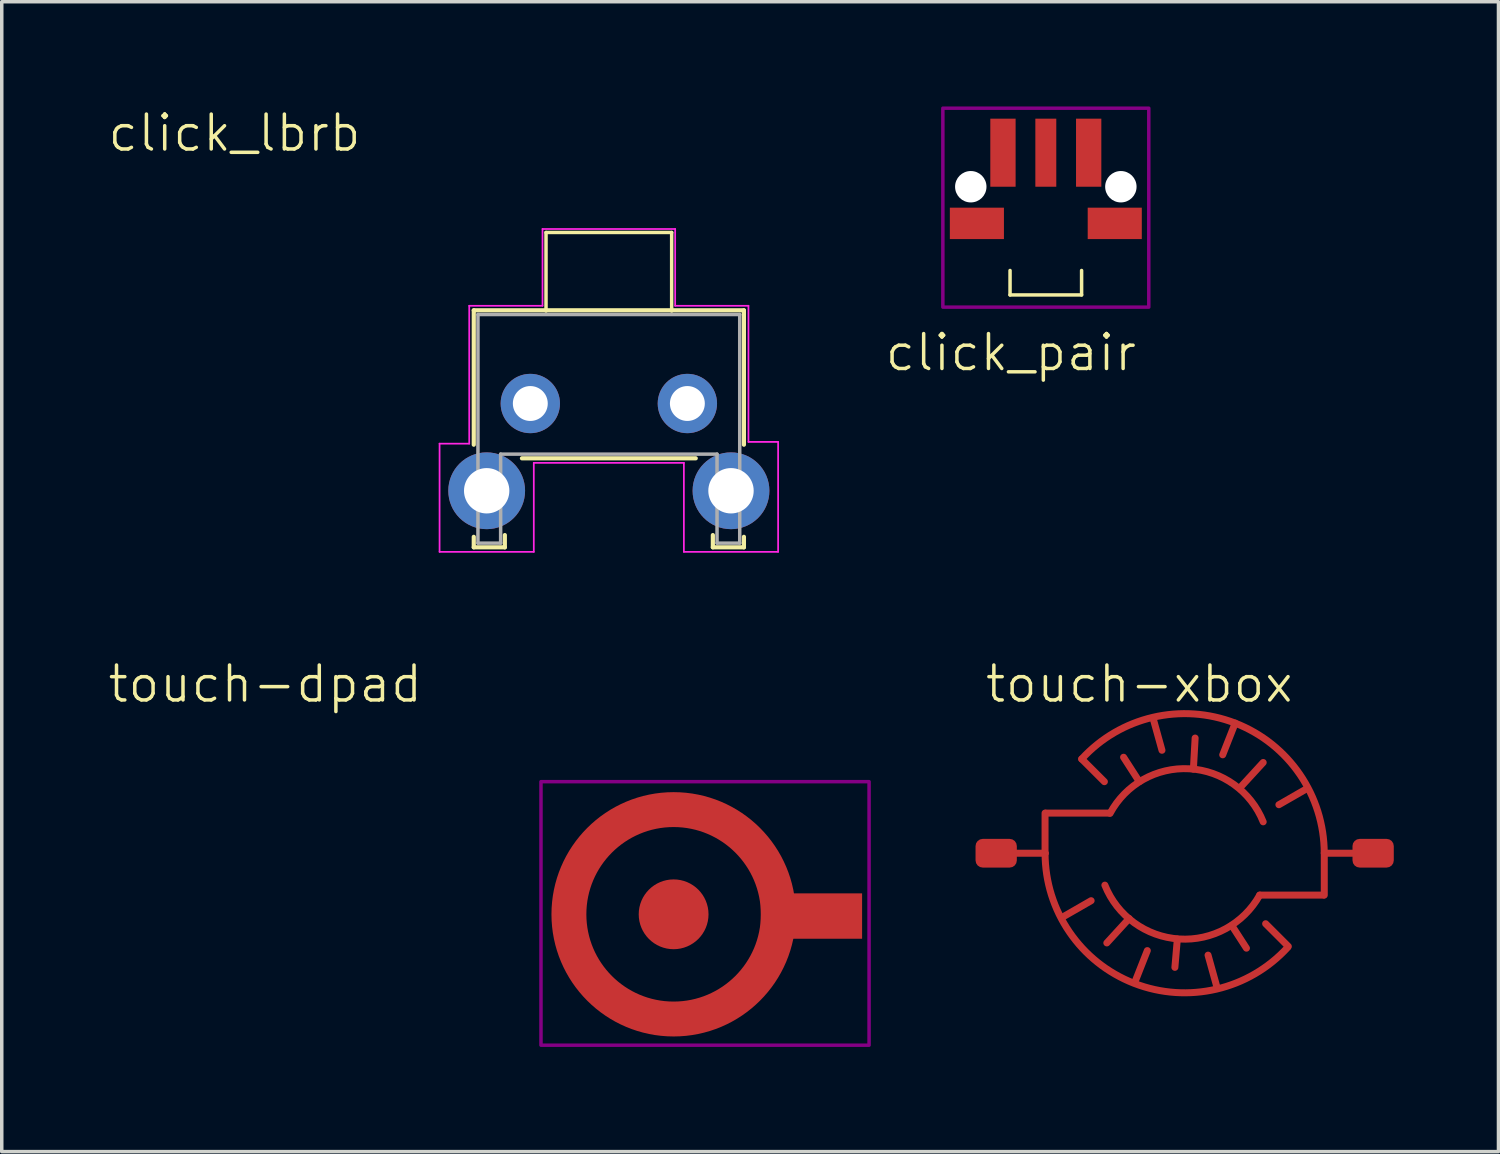
<source format=kicad_pcb>
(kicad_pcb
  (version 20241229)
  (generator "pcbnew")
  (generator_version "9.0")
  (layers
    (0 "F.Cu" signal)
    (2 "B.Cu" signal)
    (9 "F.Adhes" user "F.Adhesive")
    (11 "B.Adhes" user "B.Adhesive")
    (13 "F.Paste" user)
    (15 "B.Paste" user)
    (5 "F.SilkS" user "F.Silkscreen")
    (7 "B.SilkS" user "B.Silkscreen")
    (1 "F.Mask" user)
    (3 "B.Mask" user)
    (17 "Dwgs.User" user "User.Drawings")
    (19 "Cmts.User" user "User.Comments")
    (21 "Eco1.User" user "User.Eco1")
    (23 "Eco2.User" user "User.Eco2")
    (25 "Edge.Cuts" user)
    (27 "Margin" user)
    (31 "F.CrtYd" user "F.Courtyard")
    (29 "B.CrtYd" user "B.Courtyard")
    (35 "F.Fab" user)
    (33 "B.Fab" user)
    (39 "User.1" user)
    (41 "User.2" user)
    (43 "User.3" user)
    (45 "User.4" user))
  (footprint "touch-dpad"
    (layer "F.Cu")
    (at 16.25 23.146)
    (property "Reference" "touch-dpad" (at -11.7 -6.6 0) (unlocked yes) (layer "F.SilkS") (effects (font (size 1 1) (thickness 0.1))))
    (attr smd)
    (fp_circle (center 0 0) (end 3 0) (stroke (width 1) (type solid)) (fill no) (layer "F.Cu"))
    (fp_rect (start -3.8 -3.8) (end 5.6 3.75) (stroke (width 0.1) (type default)) (fill no) (layer "F.Adhes"))
    (pad "1" smd rect (at 3.95 0.05) (size 2.9 1.3) (layers "F.Cu" "F.Mask" "F.Paste"))
    (pad "2" smd circle (at 0 0) (size 2 2) (layers "F.Cu" "F.Mask" "F.Paste")))
  (footprint "touch-xbox"
    (layer "F.Cu")
    (at 30.892 21.396)
    (property "Reference" "touch-xbox" (at -1.3 -4.85 0) (unlocked yes) (layer "F.SilkS") (effects (font (size 1 1) (thickness 0.1))))
    (attr smd)
    (fp_line (start -4.809 0) (end -4 -0.000001) (stroke (width 0.2) (type default)) (layer "F.Cu"))
    (fp_line (start -4 -0.000001) (end -4 -1.15) (stroke (width 0.2) (type default)) (layer "F.Cu"))
    (fp_line (start -4 -0.000001) (end -3.999 0) (stroke (width 0.2) (type default)) (layer "F.Cu"))
    (fp_line (start -3.975 -1.15) (end -2.15 -1.15) (stroke (width 0.2) (type default)) (layer "F.Cu"))
    (fp_line (start -3.48 1.82) (end -2.68 1.36) (stroke (width 0.2) (type default)) (layer "F.Cu"))
    (fp_line (start -2.95 -2.7) (end -2.3 -2.05) (stroke (width 0.2) (type default)) (layer "F.Cu"))
    (fp_line (start -1.59 1.87) (end -2.23 2.57) (stroke (width 0.2) (type default)) (layer "F.Cu"))
    (fp_line (start -1.428 3.698) (end -1.07 2.79) (stroke (width 0.2) (type default)) (layer "F.Cu"))
    (fp_line (start -1.3 -2.05) (end -1.75 -2.75) (stroke (width 0.2) (type default)) (layer "F.Cu"))
    (fp_line (start -0.9 -3.85) (end -0.65 -2.95) (stroke (width 0.2) (type default)) (layer "F.Cu"))
    (fp_line (start -0.21 2.46) (end -0.28 3.27) (stroke (width 0.2) (type default)) (layer "F.Cu"))
    (fp_line (start 0.25 -2.41) (end 0.3 -3.3) (stroke (width 0.2) (type default)) (layer "F.Cu"))
    (fp_line (start 0.92 3.82) (end 0.67 2.92) (stroke (width 0.2) (type default)) (layer "F.Cu"))
    (fp_line (start 1.35 2.07) (end 1.77 2.72) (stroke (width 0.2) (type default)) (layer "F.Cu"))
    (fp_line (start 1.448 -3.728) (end 1.09 -2.82) (stroke (width 0.2) (type default)) (layer "F.Cu"))
    (fp_line (start 1.58 -1.87) (end 2.25 -2.6) (stroke (width 0.2) (type default)) (layer "F.Cu"))
    (fp_line (start 2.97 2.67) (end 2.32 2.02) (stroke (width 0.2) (type default)) (layer "F.Cu"))
    (fp_line (start 3.5 -1.85) (end 2.7 -1.39) (stroke (width 0.2) (type default)) (layer "F.Cu"))
    (fp_line (start 3.975 1.2) (end 2.15 1.2) (stroke (width 0.2) (type default)) (layer "F.Cu"))
    (fp_line (start 3.999 0) (end 4.809 0) (stroke (width 0.2) (type default)) (layer "F.Cu"))
    (fp_line (start 4 0.05) (end 4 1.2) (stroke (width 0.2) (type default)) (layer "F.Cu"))
    (fp_arc (start -2.95 -2.7) (mid 1.448321 -3.727582) (end 3.999062 0) (stroke (width 0.2) (type default)) (layer "F.Cu"))
    (fp_arc (start -2.13685 -1.142966) (mid 0.134011 -2.419616) (end 2.25 -0.9) (stroke (width 0.2) (type default)) (layer "F.Cu"))
    (fp_arc (start 2.149999 1.199999) (mid -0.158167 2.457128) (end -2.286107 0.914443) (stroke (width 0.2) (type default)) (layer "F.Cu"))
    (fp_arc (start 2.95 2.7) (mid -1.448321 3.727582) (end -3.999062 0) (stroke (width 0.2) (type default)) (layer "F.Cu"))
    (pad "1" smd roundrect (at -5.4 0) (size 1.183 0.822) (layers "F.Cu" "F.Mask" "F.Paste") (roundrect_rratio 0.25))
    (pad "2" smd roundrect (at 5.4 0) (size 1.183 0.822) (layers "F.Cu" "F.Mask" "F.Paste") (roundrect_rratio 0.25)))
  (footprint "click_lbrb"
    (layer "F.Cu")
    (at 14.394 8.611)
    (property "Reference" "click_lbrb" (at -10.725 -7.85 0) (unlocked yes) (layer "F.SilkS") (effects (font (size 1 1) (thickness 0.1))))
    (attr through_hole)
    (fp_line (start -3.87 -2.77) (end -3.87 1.08) (stroke (width 0.12) (type solid)) (layer "F.SilkS"))
    (fp_line (start -3.87 3.72) (end -3.87 4.02) (stroke (width 0.12) (type solid)) (layer "F.SilkS"))
    (fp_line (start -2.98 4.02) (end -3.87 4.02) (stroke (width 0.12) (type solid)) (layer "F.SilkS"))
    (fp_line (start -2.98 4.02) (end -2.98 3.67) (stroke (width 0.12) (type solid)) (layer "F.SilkS"))
    (fp_line (start -2.49 1.47) (end 2.49 1.47) (stroke (width 0.12) (type solid)) (layer "F.SilkS"))
    (fp_line (start -1.8 -5) (end -1.8 -2.75) (stroke (width 0.1) (type default)) (layer "F.SilkS"))
    (fp_line (start -1.8 -5) (end 1.8 -5) (stroke (width 0.1) (type default)) (layer "F.SilkS"))
    (fp_line (start 1.8 -5) (end 1.8 -2.75) (stroke (width 0.1) (type default)) (layer "F.SilkS"))
    (fp_line (start 2.98 4.02) (end 2.98 3.67) (stroke (width 0.12) (type solid)) (layer "F.SilkS"))
    (fp_line (start 3.87 -2.77) (end -3.87 -2.77) (stroke (width 0.12) (type solid)) (layer "F.SilkS"))
    (fp_line (start 3.87 1.08) (end 3.87 -2.77) (stroke (width 0.12) (type solid)) (layer "F.SilkS"))
    (fp_line (start 3.87 3.72) (end 3.87 4.02) (stroke (width 0.12) (type solid)) (layer "F.SilkS"))
    (fp_line (start 3.87 4.02) (end 2.98 4.02) (stroke (width 0.12) (type solid)) (layer "F.SilkS"))
    (fp_line (start -4.85 1.05) (end -4 1.05) (stroke (width 0.05) (type solid)) (layer "F.CrtYd"))
    (fp_line (start -4.85 4.15) (end -4.85 1.05) (stroke (width 0.05) (type solid)) (layer "F.CrtYd"))
    (fp_line (start -4 1.05) (end -4 -2.9) (stroke (width 0.05) (type solid)) (layer "F.CrtYd"))
    (fp_line (start -2.15 1.6) (end 2.15 1.6) (stroke (width 0.05) (type solid)) (layer "F.CrtYd"))
    (fp_line (start -2.15 4.15) (end -4.85 4.15) (stroke (width 0.05) (type solid)) (layer "F.CrtYd"))
    (fp_line (start -2.15 4.15) (end -2.15 1.6) (stroke (width 0.05) (type solid)) (layer "F.CrtYd"))
    (fp_line (start -1.9 -5.1) (end -1.9 -2.9) (stroke (width 0.05) (type solid)) (layer "F.CrtYd"))
    (fp_line (start -1.9 -2.9) (end -4 -2.9) (stroke (width 0.05) (type solid)) (layer "F.CrtYd"))
    (fp_line (start 1.9 -5.1) (end -1.9 -5.1) (stroke (width 0.05) (type solid)) (layer "F.CrtYd"))
    (fp_line (start 1.9 -2.9) (end 1.9 -5.1) (stroke (width 0.05) (type solid)) (layer "F.CrtYd"))
    (fp_line (start 2.15 1.6) (end 2.15 4.15) (stroke (width 0.05) (type solid)) (layer "F.CrtYd"))
    (fp_line (start 2.15 4.15) (end 4.85 4.15) (stroke (width 0.05) (type solid)) (layer "F.CrtYd"))
    (fp_line (start 4 -2.9) (end 1.9 -2.9) (stroke (width 0.05) (type solid)) (layer "F.CrtYd"))
    (fp_line (start 4 1) (end 4 -2.9) (stroke (width 0.05) (type solid)) (layer "F.CrtYd"))
    (fp_line (start 4.85 1) (end 4 1) (stroke (width 0.05) (type solid)) (layer "F.CrtYd"))
    (fp_line (start 4.85 4.15) (end 4.85 1) (stroke (width 0.05) (type solid)) (layer "F.CrtYd"))
    (fp_line (start -3.75 3.9) (end -3.75 -2.65) (stroke (width 0.1) (type solid)) (layer "F.Fab"))
    (fp_line (start -3.1 1.35) (end -3.1 3.9) (stroke (width 0.1) (type solid)) (layer "F.Fab"))
    (fp_line (start -3.1 3.9) (end -3.75 3.9) (stroke (width 0.1) (type solid)) (layer "F.Fab"))
    (fp_line (start 3.1 1.35) (end -3.1 1.35) (stroke (width 0.1) (type solid)) (layer "F.Fab"))
    (fp_line (start 3.1 1.35) (end 3.1 3.9) (stroke (width 0.1) (type solid)) (layer "F.Fab"))
    (fp_line (start 3.75 -2.65) (end -3.75 -2.65) (stroke (width 0.1) (type solid)) (layer "F.Fab"))
    (fp_line (start 3.75 -2.65) (end 3.75 3.9) (stroke (width 0.1) (type solid)) (layer "F.Fab"))
    (fp_line (start 3.75 3.9) (end 3.1 3.9) (stroke (width 0.1) (type solid)) (layer "F.Fab"))
    (pad "" thru_hole circle (at -3.5 2.4 180) (size 2.2 2.2) (drill 1.3) (layers "*.Cu" "*.Mask"))
    (pad "" thru_hole circle (at 3.5 2.4 180) (size 2.2 2.2) (drill 1.3) (layers "*.Cu" "*.Mask"))
    (pad "1" thru_hole circle (at -2.25 -0.1 180) (size 1.7 1.7) (drill 1) (layers "*.Cu" "*.Mask"))
    (pad "2" thru_hole circle (at 2.25 -0.1 180) (size 1.7 1.7) (drill 1) (layers "*.Cu" "*.Mask")))
  (footprint "click_pair"
    (layer "F.Cu")
    (at 26.914 2.35)
    (property "Reference" "click_pair" (at -1 4.7 0) (unlocked yes) (layer "F.SilkS") (effects (font (size 1 1) (thickness 0.1))))
    (attr through_hole)
    (fp_line (start -1.025 2.35) (end -1.025 3.05) (stroke (width 0.1) (type default)) (layer "F.SilkS"))
    (fp_line (start -1.025 3.05) (end 1.025 3.05) (stroke (width 0.1) (type default)) (layer "F.SilkS"))
    (fp_line (start 1.025 2.35) (end 1.025 3.05) (stroke (width 0.1) (type default)) (layer "F.SilkS"))
    (fp_rect (start -2.95 -2.3) (end 2.95 3.4) (stroke (width 0.1) (type default)) (fill no) (layer "F.Adhes"))
    (pad "" np_thru_hole circle (at -2.15 -0.05) (size 0.9 0.9) (drill 0.9) (layers "*.Cu" "*.Mask"))
    (pad "" smd rect (at -1.975 1) (size 1.55 0.9) (layers "F.Cu" "F.Mask" "F.Paste"))
    (pad "" smd rect (at 1.975 1) (size 1.55 0.9) (layers "F.Cu" "F.Mask" "F.Paste"))
    (pad "" np_thru_hole circle (at 2.15 -0.05) (size 0.9 0.9) (drill 0.9) (layers "*.Cu" "*.Mask"))
    (pad "1" smd rect (at -1.228 -1.025 180) (size 0.725 1.95) (layers "F.Cu" "F.Mask" "F.Paste"))
    (pad "1" smd rect (at 1.228 -1.025 180) (size 0.725 1.95) (layers "F.Cu" "F.Mask" "F.Paste"))
    (pad "2" smd rect (at 0 -1.025 180) (size 0.6 1.95) (layers "F.Cu" "F.Mask" "F.Paste")))
  (gr_rect
    (start -3 -3)
    (end 39.883 29.946)
    (stroke (width 0.1) (type default))
    (fill no)
    (layer "Edge.Cuts")))
</source>
